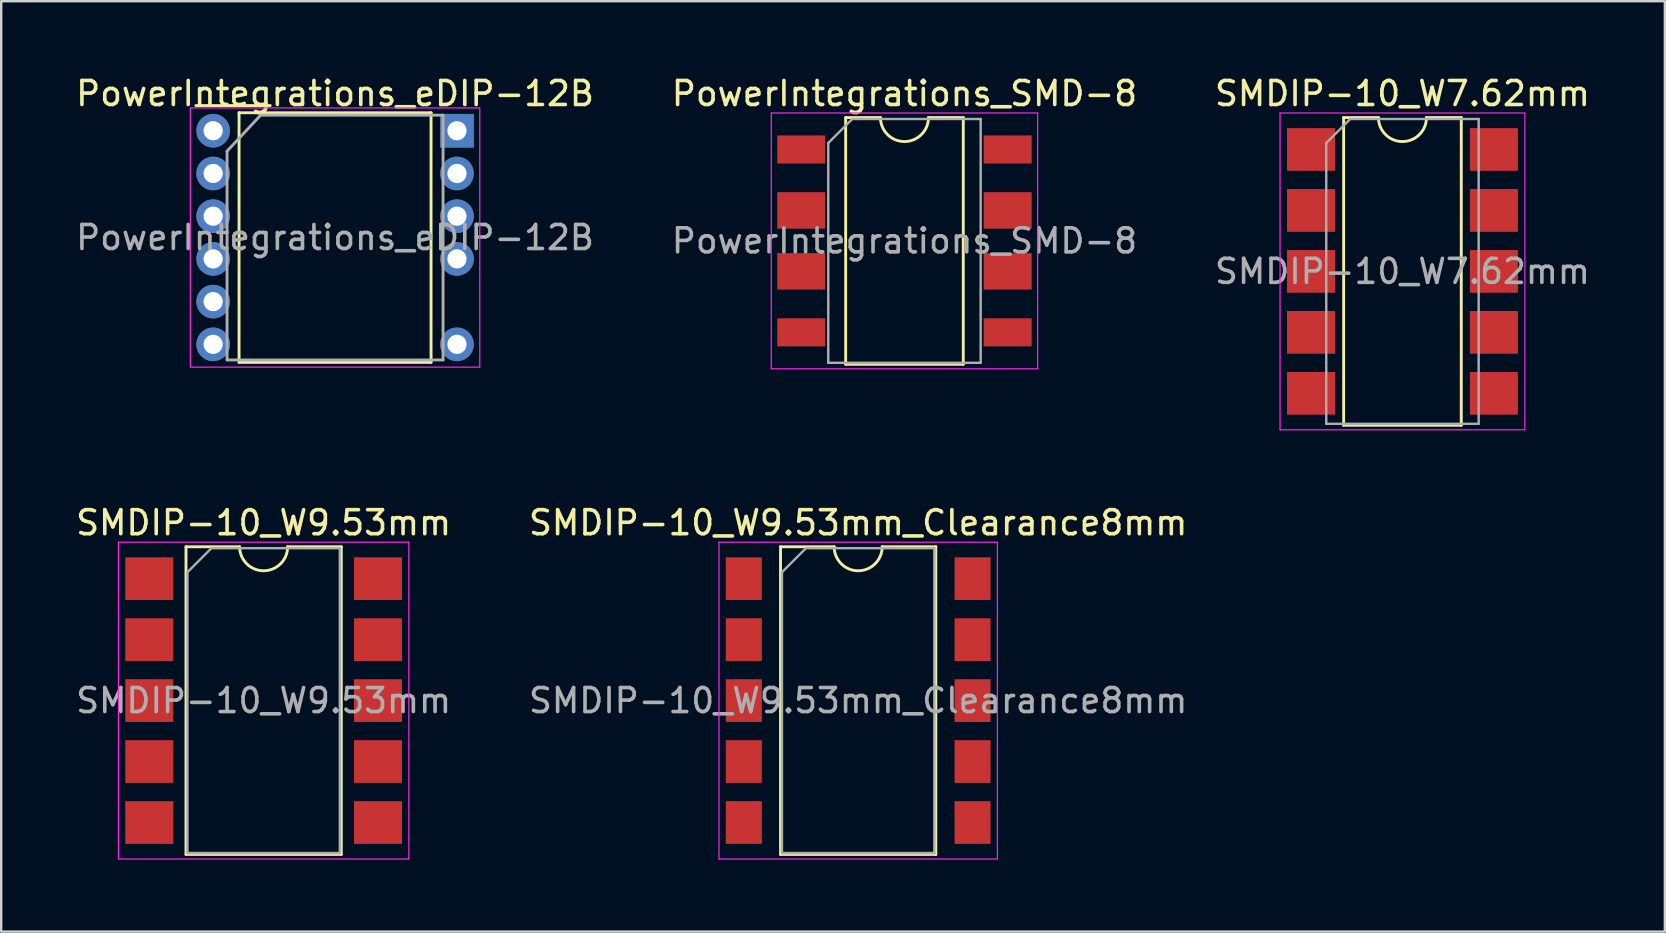
<source format=kicad_pcb>
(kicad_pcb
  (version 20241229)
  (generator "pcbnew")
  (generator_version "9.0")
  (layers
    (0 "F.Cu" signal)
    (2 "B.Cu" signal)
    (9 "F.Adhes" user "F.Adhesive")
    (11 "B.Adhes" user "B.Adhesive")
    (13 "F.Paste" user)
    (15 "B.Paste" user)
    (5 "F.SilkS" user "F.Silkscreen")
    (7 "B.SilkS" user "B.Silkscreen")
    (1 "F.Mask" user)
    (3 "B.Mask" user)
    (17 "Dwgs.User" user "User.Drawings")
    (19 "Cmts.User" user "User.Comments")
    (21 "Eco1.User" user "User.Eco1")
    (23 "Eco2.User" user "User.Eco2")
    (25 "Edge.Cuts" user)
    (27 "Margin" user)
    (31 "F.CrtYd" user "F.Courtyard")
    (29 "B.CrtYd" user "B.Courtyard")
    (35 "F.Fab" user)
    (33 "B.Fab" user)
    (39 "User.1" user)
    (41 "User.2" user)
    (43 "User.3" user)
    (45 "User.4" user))
  (footprint "PowerIntegrations_eDIP-12B"
    (layer "F.Cu")
    (at 15.991 2.398)
    (property "Reference" "PowerIntegrations_eDIP-12B" (at -5.08 -1.55 0) (layer "F.SilkS") (effects (font (size 1 1) (thickness 0.15))))
    (attr through_hole)
    (fp_line (start -10.88 -1.05) (end -7.78 -1.05) (stroke (width 0.12) (type solid)) (layer "F.SilkS"))
    (fp_line (start -9.08 -0.75) (end -9.08 9.65) (stroke (width 0.12) (type solid)) (layer "F.SilkS"))
    (fp_line (start -9.08 9.65) (end -1.08 9.65) (stroke (width 0.12) (type solid)) (layer "F.SilkS"))
    (fp_line (start -1.08 -0.75) (end -9.08 -0.75) (stroke (width 0.12) (type solid)) (layer "F.SilkS"))
    (fp_line (start -1.08 9.65) (end -1.08 -0.75) (stroke (width 0.12) (type solid)) (layer "F.SilkS"))
    (fp_line (start -11.11 -0.95) (end -11.11 9.85) (stroke (width 0.05) (type solid)) (layer "F.CrtYd"))
    (fp_line (start -11.11 -0.95) (end 0.95 -0.95) (stroke (width 0.05) (type solid)) (layer "F.CrtYd"))
    (fp_line (start 0.95 9.85) (end -11.11 9.85) (stroke (width 0.05) (type solid)) (layer "F.CrtYd"))
    (fp_line (start 0.95 9.85) (end 0.95 -0.95) (stroke (width 0.05) (type solid)) (layer "F.CrtYd"))
    (fp_line (start -9.58 0.85) (end -9.58 9.55) (stroke (width 0.12) (type solid)) (layer "F.Fab"))
    (fp_line (start -9.58 9.55) (end -0.58 9.55) (stroke (width 0.12) (type solid)) (layer "F.Fab"))
    (fp_line (start -8.18 -0.65) (end -9.58 0.85) (stroke (width 0.12) (type solid)) (layer "F.Fab"))
    (fp_line (start -0.58 -0.65) (end -8.18 -0.65) (stroke (width 0.12) (type solid)) (layer "F.Fab"))
    (fp_line (start -0.58 9.55) (end -0.58 -0.65) (stroke (width 0.12) (type solid)) (layer "F.Fab"))
    (fp_text user "${REFERENCE}" (at -5.08 4.45 0) (layer "F.Fab") (effects (font (size 1 1) (thickness 0.15))))
    (pad "1" thru_hole rect (at 0 0) (size 1.4 1.4) (drill 0.8) (layers "*.Cu" "*.Mask"))
    (pad "2" thru_hole oval (at 0 1.78) (size 1.4 1.4) (drill 0.8) (layers "*.Cu" "*.Mask"))
    (pad "3" thru_hole oval (at 0 3.56) (size 1.4 1.4) (drill 0.8) (layers "*.Cu" "*.Mask"))
    (pad "4" thru_hole oval (at 0 5.34) (size 1.4 1.4) (drill 0.8) (layers "*.Cu" "*.Mask"))
    (pad "6" thru_hole oval (at 0 8.9) (size 1.4 1.4) (drill 0.8) (layers "*.Cu" "*.Mask"))
    (pad "7" thru_hole oval (at -10.16 8.9) (size 1.4 1.4) (drill 0.8) (layers "*.Cu" "*.Mask"))
    (pad "8" thru_hole oval (at -10.16 7.12) (size 1.4 1.4) (drill 0.8) (layers "*.Cu" "*.Mask"))
    (pad "9" thru_hole oval (at -10.16 5.34) (size 1.4 1.4) (drill 0.8) (layers "*.Cu" "*.Mask"))
    (pad "10" thru_hole oval (at -10.16 3.56) (size 1.4 1.4) (drill 0.8) (layers "*.Cu" "*.Mask"))
    (pad "11" thru_hole oval (at -10.16 1.78) (size 1.4 1.4) (drill 0.8) (layers "*.Cu" "*.Mask"))
    (pad "12" thru_hole circle (at -10.16 0) (size 1.4 1.4) (drill 0.8) (layers "*.Cu" "*.Mask")))
  (footprint "SMDIP-10_W9.53mm"
    (layer "F.Cu")
    (at 7.935 26.142)
    (property "Reference" "SMDIP-10_W9.53mm" (at 0 -7.41 0) (layer "F.SilkS") (effects (font (size 1 1) (thickness 0.15))))
    (attr smd)
    (fp_line (start -3.235 -6.41) (end -3.235 6.41) (stroke (width 0.12) (type solid)) (layer "F.SilkS"))
    (fp_line (start -3.235 6.41) (end 3.235 6.41) (stroke (width 0.12) (type solid)) (layer "F.SilkS"))
    (fp_line (start -1 -6.41) (end -3.235 -6.41) (stroke (width 0.12) (type solid)) (layer "F.SilkS"))
    (fp_line (start 3.235 -6.41) (end 1 -6.41) (stroke (width 0.12) (type solid)) (layer "F.SilkS"))
    (fp_line (start 3.235 6.41) (end 3.235 -6.41) (stroke (width 0.12) (type solid)) (layer "F.SilkS"))
    (fp_arc (start 1 -6.41) (mid 0 -5.41) (end -1 -6.41) (stroke (width 0.12) (type solid)) (layer "F.SilkS"))
    (fp_line (start -6.05 -6.6) (end -6.05 6.6) (stroke (width 0.05) (type solid)) (layer "F.CrtYd"))
    (fp_line (start -6.05 6.6) (end 6.05 6.6) (stroke (width 0.05) (type solid)) (layer "F.CrtYd"))
    (fp_line (start 6.05 -6.6) (end -6.05 -6.6) (stroke (width 0.05) (type solid)) (layer "F.CrtYd"))
    (fp_line (start 6.05 6.6) (end 6.05 -6.6) (stroke (width 0.05) (type solid)) (layer "F.CrtYd"))
    (fp_line (start -3.175 -5.35) (end -2.175 -6.35) (stroke (width 0.1) (type solid)) (layer "F.Fab"))
    (fp_line (start -3.175 6.35) (end -3.175 -5.35) (stroke (width 0.1) (type solid)) (layer "F.Fab"))
    (fp_line (start -2.175 -6.35) (end 3.175 -6.35) (stroke (width 0.1) (type solid)) (layer "F.Fab"))
    (fp_line (start 3.175 -6.35) (end 3.175 6.35) (stroke (width 0.1) (type solid)) (layer "F.Fab"))
    (fp_line (start 3.175 6.35) (end -3.175 6.35) (stroke (width 0.1) (type solid)) (layer "F.Fab"))
    (fp_text user "${REFERENCE}" (at 0 0 0) (layer "F.Fab") (effects (font (size 1 1) (thickness 0.15))))
    (pad "1" smd rect (at -4.765 -5.08) (size 2 1.78) (layers "F.Cu" "F.Mask" "F.Paste"))
    (pad "2" smd rect (at -4.765 -2.54) (size 2 1.78) (layers "F.Cu" "F.Mask" "F.Paste"))
    (pad "3" smd rect (at -4.765 0) (size 2 1.78) (layers "F.Cu" "F.Mask" "F.Paste"))
    (pad "4" smd rect (at -4.765 2.54) (size 2 1.78) (layers "F.Cu" "F.Mask" "F.Paste"))
    (pad "5" smd rect (at -4.765 5.08) (size 2 1.78) (layers "F.Cu" "F.Mask" "F.Paste"))
    (pad "6" smd rect (at 4.765 5.08) (size 2 1.78) (layers "F.Cu" "F.Mask" "F.Paste"))
    (pad "7" smd rect (at 4.765 2.54) (size 2 1.78) (layers "F.Cu" "F.Mask" "F.Paste"))
    (pad "8" smd rect (at 4.765 0) (size 2 1.78) (layers "F.Cu" "F.Mask" "F.Paste"))
    (pad "9" smd rect (at 4.765 -2.54) (size 2 1.78) (layers "F.Cu" "F.Mask" "F.Paste"))
    (pad "10" smd rect (at 4.765 -5.08) (size 2 1.78) (layers "F.Cu" "F.Mask" "F.Paste")))
  (footprint "PowerIntegrations_SMD-8"
    (layer "F.Cu")
    (at 34.637 6.988)
    (property "Reference" "PowerIntegrations_SMD-8" (at 0 -6.14 0) (layer "F.SilkS") (effects (font (size 1 1) (thickness 0.15))))
    (attr smd)
    (fp_line (start -2.45 -5.14) (end -2.45 5.14) (stroke (width 0.12) (type solid)) (layer "F.SilkS"))
    (fp_line (start -2.45 5.14) (end 2.45 5.14) (stroke (width 0.12) (type solid)) (layer "F.SilkS"))
    (fp_line (start -1 -5.14) (end -2.45 -5.14) (stroke (width 0.12) (type solid)) (layer "F.SilkS"))
    (fp_line (start 2.45 -5.14) (end 1 -5.14) (stroke (width 0.12) (type solid)) (layer "F.SilkS"))
    (fp_line (start 2.45 5.14) (end 2.45 -5.14) (stroke (width 0.12) (type solid)) (layer "F.SilkS"))
    (fp_arc (start 1 -5.14) (mid 0 -4.14) (end -1 -5.14) (stroke (width 0.12) (type solid)) (layer "F.SilkS"))
    (fp_line (start -5.55 -5.33) (end -5.55 5.33) (stroke (width 0.05) (type solid)) (layer "F.CrtYd"))
    (fp_line (start -5.55 -5.33) (end 5.55 -5.33) (stroke (width 0.05) (type solid)) (layer "F.CrtYd"))
    (fp_line (start 5.55 5.33) (end -5.55 5.33) (stroke (width 0.05) (type solid)) (layer "F.CrtYd"))
    (fp_line (start 5.55 5.33) (end 5.55 -5.33) (stroke (width 0.05) (type solid)) (layer "F.CrtYd"))
    (fp_line (start -3.175 -4.08) (end -2.175 -5.08) (stroke (width 0.1) (type solid)) (layer "F.Fab"))
    (fp_line (start -3.175 5.08) (end -3.175 -4.08) (stroke (width 0.1) (type solid)) (layer "F.Fab"))
    (fp_line (start -2.175 -5.08) (end 3.175 -5.08) (stroke (width 0.1) (type solid)) (layer "F.Fab"))
    (fp_line (start 3.175 -5.08) (end 3.175 5.08) (stroke (width 0.1) (type solid)) (layer "F.Fab"))
    (fp_line (start 3.175 5.08) (end -3.175 5.08) (stroke (width 0.1) (type solid)) (layer "F.Fab"))
    (fp_text user "${REFERENCE}" (at 0 0 0) (layer "F.Fab") (effects (font (size 1 1) (thickness 0.15))))
    (pad "1" smd rect (at -4.3 -3.81) (size 2 1.17) (layers "F.Cu" "F.Mask" "F.Paste"))
    (pad "2" smd rect (at -4.3 -1.27) (size 2 1.52) (layers "F.Cu" "F.Mask" "F.Paste"))
    (pad "3" smd rect (at -4.3 1.27) (size 2 1.52) (layers "F.Cu" "F.Mask" "F.Paste"))
    (pad "4" smd rect (at -4.3 3.81) (size 2 1.17) (layers "F.Cu" "F.Mask" "F.Paste"))
    (pad "5" smd rect (at 4.3 3.81) (size 2 1.17) (layers "F.Cu" "F.Mask" "F.Paste"))
    (pad "6" smd rect (at 4.3 1.27) (size 2 1.52) (layers "F.Cu" "F.Mask" "F.Paste"))
    (pad "7" smd rect (at 4.3 -1.27) (size 2 1.52) (layers "F.Cu" "F.Mask" "F.Paste"))
    (pad "8" smd rect (at 4.3 -3.81) (size 2 1.17) (layers "F.Cu" "F.Mask" "F.Paste")))
  (footprint "SMDIP-10_W9.53mm_Clearance8mm"
    (layer "F.Cu")
    (at 32.708 26.142)
    (property "Reference" "SMDIP-10_W9.53mm_Clearance8mm" (at 0 -7.41 0) (layer "F.SilkS") (effects (font (size 1 1) (thickness 0.15))))
    (attr smd)
    (fp_line (start -3.235 -6.41) (end -3.235 6.41) (stroke (width 0.12) (type solid)) (layer "F.SilkS"))
    (fp_line (start -3.235 6.41) (end 3.235 6.41) (stroke (width 0.12) (type solid)) (layer "F.SilkS"))
    (fp_line (start -1 -6.41) (end -3.235 -6.41) (stroke (width 0.12) (type solid)) (layer "F.SilkS"))
    (fp_line (start 3.235 -6.41) (end 1 -6.41) (stroke (width 0.12) (type solid)) (layer "F.SilkS"))
    (fp_line (start 3.235 6.41) (end 3.235 -6.41) (stroke (width 0.12) (type solid)) (layer "F.SilkS"))
    (fp_arc (start 1 -6.41) (mid 0 -5.41) (end -1 -6.41) (stroke (width 0.12) (type solid)) (layer "F.SilkS"))
    (fp_line (start -5.8 -6.6) (end -5.8 6.6) (stroke (width 0.05) (type solid)) (layer "F.CrtYd"))
    (fp_line (start -5.8 6.6) (end 5.8 6.6) (stroke (width 0.05) (type solid)) (layer "F.CrtYd"))
    (fp_line (start 5.8 -6.6) (end -5.8 -6.6) (stroke (width 0.05) (type solid)) (layer "F.CrtYd"))
    (fp_line (start 5.8 6.6) (end 5.8 -6.6) (stroke (width 0.05) (type solid)) (layer "F.CrtYd"))
    (fp_line (start -3.175 -5.35) (end -2.175 -6.35) (stroke (width 0.1) (type solid)) (layer "F.Fab"))
    (fp_line (start -3.175 6.35) (end -3.175 -5.35) (stroke (width 0.1) (type solid)) (layer "F.Fab"))
    (fp_line (start -2.175 -6.35) (end 3.175 -6.35) (stroke (width 0.1) (type solid)) (layer "F.Fab"))
    (fp_line (start 3.175 -6.35) (end 3.175 6.35) (stroke (width 0.1) (type solid)) (layer "F.Fab"))
    (fp_line (start 3.175 6.35) (end -3.175 6.35) (stroke (width 0.1) (type solid)) (layer "F.Fab"))
    (fp_text user "${REFERENCE}" (at 0 0 0) (layer "F.Fab") (effects (font (size 1 1) (thickness 0.15))))
    (pad "1" smd rect (at -4.765 -5.08) (size 1.5 1.78) (layers "F.Cu" "F.Mask" "F.Paste"))
    (pad "2" smd rect (at -4.765 -2.54) (size 1.5 1.78) (layers "F.Cu" "F.Mask" "F.Paste"))
    (pad "3" smd rect (at -4.765 0) (size 1.5 1.78) (layers "F.Cu" "F.Mask" "F.Paste"))
    (pad "4" smd rect (at -4.765 2.54) (size 1.5 1.78) (layers "F.Cu" "F.Mask" "F.Paste"))
    (pad "5" smd rect (at -4.765 5.08) (size 1.5 1.78) (layers "F.Cu" "F.Mask" "F.Paste"))
    (pad "6" smd rect (at 4.765 5.08) (size 1.5 1.78) (layers "F.Cu" "F.Mask" "F.Paste"))
    (pad "7" smd rect (at 4.765 2.54) (size 1.5 1.78) (layers "F.Cu" "F.Mask" "F.Paste"))
    (pad "8" smd rect (at 4.765 0) (size 1.5 1.78) (layers "F.Cu" "F.Mask" "F.Paste"))
    (pad "9" smd rect (at 4.765 -2.54) (size 1.5 1.78) (layers "F.Cu" "F.Mask" "F.Paste"))
    (pad "10" smd rect (at 4.765 -5.08) (size 1.5 1.78) (layers "F.Cu" "F.Mask" "F.Paste")))
  (footprint "SMDIP-10_W7.62mm"
    (layer "F.Cu")
    (at 55.387 8.258)
    (property "Reference" "SMDIP-10_W7.62mm" (at 0 -7.41 0) (layer "F.SilkS") (effects (font (size 1 1) (thickness 0.15))))
    (attr smd)
    (fp_line (start -2.45 -6.41) (end -2.45 6.41) (stroke (width 0.12) (type solid)) (layer "F.SilkS"))
    (fp_line (start -2.45 6.41) (end 2.45 6.41) (stroke (width 0.12) (type solid)) (layer "F.SilkS"))
    (fp_line (start -1 -6.41) (end -2.45 -6.41) (stroke (width 0.12) (type solid)) (layer "F.SilkS"))
    (fp_line (start 2.45 -6.41) (end 1 -6.41) (stroke (width 0.12) (type solid)) (layer "F.SilkS"))
    (fp_line (start 2.45 6.41) (end 2.45 -6.41) (stroke (width 0.12) (type solid)) (layer "F.SilkS"))
    (fp_arc (start 1 -6.41) (mid 0 -5.41) (end -1 -6.41) (stroke (width 0.12) (type solid)) (layer "F.SilkS"))
    (fp_line (start -5.1 -6.6) (end -5.1 6.6) (stroke (width 0.05) (type solid)) (layer "F.CrtYd"))
    (fp_line (start -5.1 6.6) (end 5.1 6.6) (stroke (width 0.05) (type solid)) (layer "F.CrtYd"))
    (fp_line (start 5.1 -6.6) (end -5.1 -6.6) (stroke (width 0.05) (type solid)) (layer "F.CrtYd"))
    (fp_line (start 5.1 6.6) (end 5.1 -6.6) (stroke (width 0.05) (type solid)) (layer "F.CrtYd"))
    (fp_line (start -3.175 -5.35) (end -2.175 -6.35) (stroke (width 0.1) (type solid)) (layer "F.Fab"))
    (fp_line (start -3.175 6.35) (end -3.175 -5.35) (stroke (width 0.1) (type solid)) (layer "F.Fab"))
    (fp_line (start -2.175 -6.35) (end 3.175 -6.35) (stroke (width 0.1) (type solid)) (layer "F.Fab"))
    (fp_line (start 3.175 -6.35) (end 3.175 6.35) (stroke (width 0.1) (type solid)) (layer "F.Fab"))
    (fp_line (start 3.175 6.35) (end -3.175 6.35) (stroke (width 0.1) (type solid)) (layer "F.Fab"))
    (fp_text user "${REFERENCE}" (at 0 0 0) (layer "F.Fab") (effects (font (size 1 1) (thickness 0.15))))
    (pad "1" smd rect (at -3.81 -5.08) (size 2 1.78) (layers "F.Cu" "F.Mask" "F.Paste"))
    (pad "2" smd rect (at -3.81 -2.54) (size 2 1.78) (layers "F.Cu" "F.Mask" "F.Paste"))
    (pad "3" smd rect (at -3.81 0) (size 2 1.78) (layers "F.Cu" "F.Mask" "F.Paste"))
    (pad "4" smd rect (at -3.81 2.54) (size 2 1.78) (layers "F.Cu" "F.Mask" "F.Paste"))
    (pad "5" smd rect (at -3.81 5.08) (size 2 1.78) (layers "F.Cu" "F.Mask" "F.Paste"))
    (pad "6" smd rect (at 3.81 5.08) (size 2 1.78) (layers "F.Cu" "F.Mask" "F.Paste"))
    (pad "7" smd rect (at 3.81 2.54) (size 2 1.78) (layers "F.Cu" "F.Mask" "F.Paste"))
    (pad "8" smd rect (at 3.81 0) (size 2 1.78) (layers "F.Cu" "F.Mask" "F.Paste"))
    (pad "9" smd rect (at 3.81 -2.54) (size 2 1.78) (layers "F.Cu" "F.Mask" "F.Paste"))
    (pad "10" smd rect (at 3.81 -5.08) (size 2 1.78) (layers "F.Cu" "F.Mask" "F.Paste")))
  (gr_rect
    (start -3 -3)
    (end 66.321 35.767)
    (stroke (width 0.1) (type default))
    (fill no)
    (layer "Edge.Cuts")))
</source>
